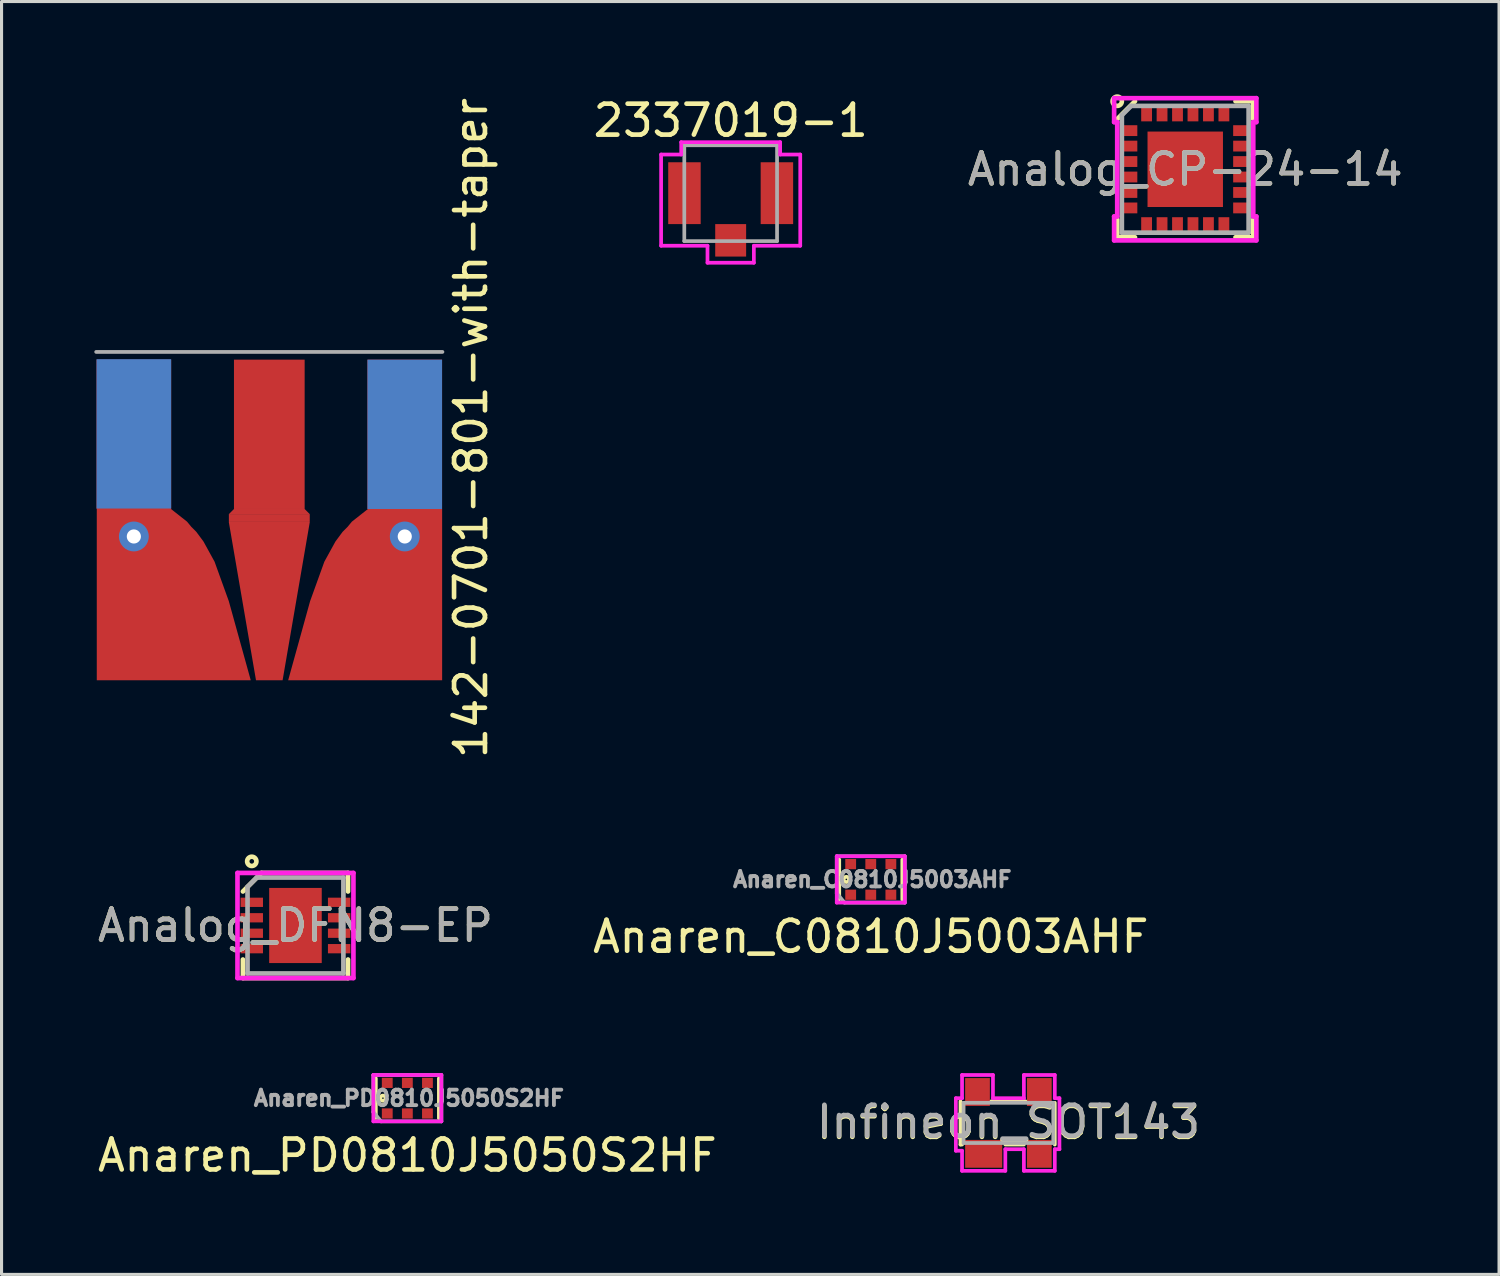
<source format=kicad_pcb>
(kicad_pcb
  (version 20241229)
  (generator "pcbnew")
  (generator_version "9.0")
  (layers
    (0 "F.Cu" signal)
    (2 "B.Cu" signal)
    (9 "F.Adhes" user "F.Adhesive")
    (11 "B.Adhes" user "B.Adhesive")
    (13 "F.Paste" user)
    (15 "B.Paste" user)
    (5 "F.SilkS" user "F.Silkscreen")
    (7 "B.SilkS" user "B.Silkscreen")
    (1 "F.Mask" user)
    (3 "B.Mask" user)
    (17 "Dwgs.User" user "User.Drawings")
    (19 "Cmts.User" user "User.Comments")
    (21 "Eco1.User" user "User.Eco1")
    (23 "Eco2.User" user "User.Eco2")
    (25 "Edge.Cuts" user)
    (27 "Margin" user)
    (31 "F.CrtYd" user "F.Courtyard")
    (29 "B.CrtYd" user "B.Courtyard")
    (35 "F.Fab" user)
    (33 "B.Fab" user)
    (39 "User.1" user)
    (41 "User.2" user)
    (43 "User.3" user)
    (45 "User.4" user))
  (footprint "2337019-1"
    (layer "F.Cu")
    (at 20.582 3.198)
    (property "Reference" "2337019-1" (at 0 -2.35 0) (layer "F.SilkS") (effects (font (size 1 1) (thickness 0.15))))
    (attr through_hole)
    (fp_line (start -2.25 -1.25) (end -1.6 -1.25) (stroke (width 0.12) (type solid)) (layer "F.CrtYd"))
    (fp_line (start -2.25 1.7) (end -2.25 -1.25) (stroke (width 0.12) (type solid)) (layer "F.CrtYd"))
    (fp_line (start -1.6 -1.65) (end 1.6 -1.65) (stroke (width 0.12) (type solid)) (layer "F.CrtYd"))
    (fp_line (start -1.6 -1.25) (end -1.6 -1.65) (stroke (width 0.12) (type solid)) (layer "F.CrtYd"))
    (fp_line (start -0.75 1.7) (end -2.25 1.7) (stroke (width 0.12) (type solid)) (layer "F.CrtYd"))
    (fp_line (start -0.75 2.25) (end -0.75 1.7) (stroke (width 0.12) (type solid)) (layer "F.CrtYd"))
    (fp_line (start 0.75 1.7) (end 0.75 2.25) (stroke (width 0.12) (type solid)) (layer "F.CrtYd"))
    (fp_line (start 0.75 2.25) (end -0.75 2.25) (stroke (width 0.12) (type solid)) (layer "F.CrtYd"))
    (fp_line (start 1.6 -1.65) (end 1.6 -1.25) (stroke (width 0.12) (type solid)) (layer "F.CrtYd"))
    (fp_line (start 1.6 -1.25) (end 2.25 -1.25) (stroke (width 0.12) (type solid)) (layer "F.CrtYd"))
    (fp_line (start 2.25 -1.25) (end 2.25 1.7) (stroke (width 0.12) (type solid)) (layer "F.CrtYd"))
    (fp_line (start 2.25 1.7) (end 0.75 1.7) (stroke (width 0.12) (type solid)) (layer "F.CrtYd"))
    (fp_line (start -1.5 -1.55) (end 1.5 -1.55) (stroke (width 0.12) (type solid)) (layer "F.Fab"))
    (fp_line (start -1.5 1.55) (end -1.5 -1.55) (stroke (width 0.12) (type solid)) (layer "F.Fab"))
    (fp_line (start 1.5 -1.55) (end 1.5 1.55) (stroke (width 0.12) (type solid)) (layer "F.Fab"))
    (fp_line (start 1.5 1.55) (end -1.5 1.55) (stroke (width 0.12) (type solid)) (layer "F.Fab"))
    (pad "1" smd rect (at 0 1.525) (size 1 1.05) (layers "F.Cu" "F.Mask" "F.Paste"))
    (pad "2" smd rect (at -1.495 0) (size 1.05 2) (layers "F.Cu" "F.Mask" "F.Paste"))
    (pad "2" smd rect (at 1.495 0) (size 1.05 2) (layers "F.Cu" "F.Mask" "F.Paste")))
  (footprint "142-0701-801-with-taper"
    (layer "F.Cu")
    (at 5.66 8.332)
    (property "Reference" "142-0701-801-with-taper" (at 6.52 2.46 90) (layer "F.SilkS") (effects (font (size 1 1) (thickness 0.15))))
    (attr through_hole)
    (fp_line (start -5.6 0) (end 5.6 0) (stroke (width 0.12) (type solid)) (layer "F.Fab"))
    (pad "1" smd custom (at -0.04 7.28) (size 0.965 0.965) (layers "F.Cu" "F.Mask" "F.Paste") (options (anchor rect)) (primitives (gr_poly (pts (xy -0.83 0.78) (xy -1.05 -0.5) (xy -1.16 -1.14) (xy -1.215 -1.46) (xy -1.27 -1.78) (xy 1.35 -1.78) (xy 0.47 3.34) (xy -0.39 3.34)) (width 0) (fill yes))))
    (pad "1" smd rect (at 0 2.665) (size 2.286 4.83) (layers "F.Cu" "F.Mask" "F.Paste"))
    (pad "1" smd trapezoid (at 0 5.163) (size 2.451 0.165) (rect_delta 0 0.165) (layers "F.Cu" "F.Mask" "F.Paste"))
    (pad "1" smd rect (at 0 5.372) (size 2.616 0.254) (layers "F.Cu" "F.Mask" "F.Paste"))
    (pad "2" smd rect (at -4.381 2.65) (size 2.413 4.83) (layers "B.Cu" "B.Mask" "B.Paste"))
    (pad "2" smd rect (at -4.381 2.665) (size 2.413 4.83) (layers "F.Cu" "F.Mask" "F.Paste"))
    (pad "2" thru_hole circle (at -4.381 5.969) (size 0.965 0.965) (drill 0.457) (layers "*.Cu" "*.Mask"))
    (pad "2" smd custom (at -3.04 9.83) (size 0.965 0.965) (layers "F.Cu") (options (anchor rect)) (primitives (gr_poly (pts (xy -0.14 -4.75) (xy 0.38 -4.34) (xy 0.52 -4.17) (xy 0.68 -4.01) (xy 0.91 -3.7) (xy 1.27 -3.045) (xy 1.73 -1.77) (xy 2.44 0.79) (xy -2.54 0.79) (xy -2.54 -4.75)) (width 0) (fill yes))))
    (pad "2" smd custom (at 3.91 8.81) (size 0.965 0.965) (layers "F.Cu") (options (anchor rect)) (primitives (gr_poly (pts (xy -0.72 -3.73) (xy -1.24 -3.32) (xy -1.38 -3.15) (xy -1.54 -2.99) (xy -1.77 -2.68) (xy -2.13 -2.025) (xy -2.59 -0.75) (xy -3.3 1.81) (xy 1.68 1.81) (xy 1.68 -3.73)) (width 0) (fill yes))))
    (pad "2" smd rect (at 4.381 2.665) (size 2.413 4.83) (layers "F.Cu" "F.Mask" "F.Paste"))
    (pad "2" smd rect (at 4.381 2.665) (size 2.413 4.83) (layers "B.Cu" "B.Mask" "B.Paste"))
    (pad "2" thru_hole circle (at 4.381 5.969) (size 0.965 0.965) (drill 0.457) (layers "*.Cu" "*.Mask")))
  (footprint "Anaren_C0810J5003AHF"
    (layer "F.Cu")
    (at 25.113 25.393)
    (property "Reference" "Anaren_C0810J5003AHF" (at 0 1.85 0) (layer "F.SilkS") (effects (font (size 1 1) (thickness 0.15))))
    (attr through_hole)
    (fp_line (start -1.02 -0.64) (end -1.02 0.64) (stroke (width 0.12) (type solid)) (layer "F.SilkS"))
    (fp_line (start 1.02 -0.64) (end 1.02 0.65) (stroke (width 0.12) (type solid)) (layer "F.SilkS"))
    (fp_circle (center -0.79 0) (end -0.82 0.08) (stroke (width 0.12) (type solid)) (fill no) (layer "F.SilkS"))
    (fp_line (start -1.1 -0.75) (end 1.1 -0.75) (stroke (width 0.12) (type solid)) (layer "F.CrtYd"))
    (fp_line (start -1.1 0.75) (end -1.1 -0.75) (stroke (width 0.12) (type solid)) (layer "F.CrtYd"))
    (fp_line (start 1.1 -0.75) (end 1.1 0.75) (stroke (width 0.12) (type solid)) (layer "F.CrtYd"))
    (fp_line (start 1.1 0.75) (end -1.1 0.75) (stroke (width 0.12) (type solid)) (layer "F.CrtYd"))
    (fp_line (start -1.1 -0.75) (end 1.1 -0.75) (stroke (width 0.12) (type solid)) (layer "F.Fab"))
    (fp_line (start -1.1 0.45) (end -1.1 -0.75) (stroke (width 0.12) (type solid)) (layer "F.Fab"))
    (fp_line (start -0.85 0.75) (end -1.1 0.45) (stroke (width 0.12) (type solid)) (layer "F.Fab"))
    (fp_line (start 1.1 -0.75) (end 1.1 0.75) (stroke (width 0.12) (type solid)) (layer "F.Fab"))
    (fp_line (start 1.1 0.75) (end -0.85 0.75) (stroke (width 0.12) (type solid)) (layer "F.Fab"))
    (fp_text user "${REFERENCE}" (at 0.05 0 0) (layer "F.Fab") (effects (font (size 0.5 0.5) (thickness 0.125))))
    (pad "1" smd rect (at -0.65 0.495) (size 0.35 0.33) (layers "F.Cu" "F.Mask" "F.Paste"))
    (pad "2" smd rect (at 0 0.495) (size 0.35 0.33) (layers "F.Cu" "F.Mask" "F.Paste"))
    (pad "3" smd rect (at 0.65 0.495) (size 0.35 0.33) (layers "F.Cu" "F.Mask" "F.Paste"))
    (pad "4" smd rect (at 0.65 -0.495) (size 0.35 0.33) (layers "F.Cu" "F.Mask" "F.Paste"))
    (pad "5" smd rect (at 0 -0.495) (size 0.35 0.33) (layers "F.Cu" "F.Mask" "F.Paste"))
    (pad "6" smd rect (at -0.65 -0.495) (size 0.35 0.33) (layers "F.Cu" "F.Mask" "F.Paste")))
  (footprint "Infineon_SOT143"
    (layer "F.Cu")
    (at 29.565 33.268)
    (property "Reference" "Infineon_SOT143" (at 0 -0.005 0) (layer "F.SilkS") (effects (font (size 1 1) (thickness 0.15))))
    (attr through_hole)
    (fp_line (start -1.55 -0.7) (end -1.55 0.7) (stroke (width 0.12) (type solid)) (layer "F.SilkS"))
    (fp_line (start -1.55 0.7) (end -1.5 0.7) (stroke (width 0.12) (type solid)) (layer "F.SilkS"))
    (fp_line (start -0.55 -0.7) (end 0.55 -0.7) (stroke (width 0.12) (type solid)) (layer "F.SilkS"))
    (fp_line (start -0.1 0.7) (end 0.5 0.7) (stroke (width 0.12) (type solid)) (layer "F.SilkS"))
    (fp_line (start 1.5 -0.65) (end 1.5 0.7) (stroke (width 0.12) (type solid)) (layer "F.SilkS"))
    (fp_line (start -1.7 -0.8) (end -1.5 -0.8) (stroke (width 0.12) (type solid)) (layer "F.CrtYd"))
    (fp_line (start -1.7 0.9) (end -1.7 -0.8) (stroke (width 0.12) (type solid)) (layer "F.CrtYd"))
    (fp_line (start -1.5 -1.55) (end -0.5 -1.55) (stroke (width 0.12) (type solid)) (layer "F.CrtYd"))
    (fp_line (start -1.5 -0.8) (end -1.5 -1.55) (stroke (width 0.12) (type solid)) (layer "F.CrtYd"))
    (fp_line (start -1.5 0.9) (end -1.7 0.9) (stroke (width 0.12) (type solid)) (layer "F.CrtYd"))
    (fp_line (start -1.5 1.55) (end -1.5 0.9) (stroke (width 0.12) (type solid)) (layer "F.CrtYd"))
    (fp_line (start -0.5 -1.55) (end -0.5 -0.8) (stroke (width 0.12) (type solid)) (layer "F.CrtYd"))
    (fp_line (start -0.5 -0.8) (end 0.5 -0.8) (stroke (width 0.12) (type solid)) (layer "F.CrtYd"))
    (fp_line (start -0.1 0.85) (end -0.1 1.55) (stroke (width 0.12) (type solid)) (layer "F.CrtYd"))
    (fp_line (start -0.1 1.55) (end -1.5 1.55) (stroke (width 0.12) (type solid)) (layer "F.CrtYd"))
    (fp_line (start 0.5 -1.55) (end 1.5 -1.55) (stroke (width 0.12) (type solid)) (layer "F.CrtYd"))
    (fp_line (start 0.5 -0.8) (end 0.5 -1.55) (stroke (width 0.12) (type solid)) (layer "F.CrtYd"))
    (fp_line (start 0.5 0.85) (end -0.1 0.85) (stroke (width 0.12) (type solid)) (layer "F.CrtYd"))
    (fp_line (start 0.5 1.55) (end 0.5 0.85) (stroke (width 0.12) (type solid)) (layer "F.CrtYd"))
    (fp_line (start 1.5 -1.55) (end 1.5 -0.8) (stroke (width 0.12) (type solid)) (layer "F.CrtYd"))
    (fp_line (start 1.5 -0.8) (end 1.65 -0.8) (stroke (width 0.12) (type solid)) (layer "F.CrtYd"))
    (fp_line (start 1.5 0.85) (end 1.5 1.55) (stroke (width 0.12) (type solid)) (layer "F.CrtYd"))
    (fp_line (start 1.5 1.55) (end 0.5 1.55) (stroke (width 0.12) (type solid)) (layer "F.CrtYd"))
    (fp_line (start 1.65 -0.8) (end 1.65 0.85) (stroke (width 0.12) (type solid)) (layer "F.CrtYd"))
    (fp_line (start 1.65 0.85) (end 1.5 0.85) (stroke (width 0.12) (type solid)) (layer "F.CrtYd"))
    (fp_line (start -1.45 -0.65) (end -1.45 0.65) (stroke (width 0.12) (type solid)) (layer "F.Fab"))
    (fp_line (start -1.45 0.65) (end 1.45 0.65) (stroke (width 0.12) (type solid)) (layer "F.Fab"))
    (fp_line (start 1.45 -0.65) (end -1.45 -0.65) (stroke (width 0.12) (type solid)) (layer "F.Fab"))
    (fp_line (start 1.45 0.65) (end 1.45 -0.65) (stroke (width 0.12) (type solid)) (layer "F.Fab"))
    (fp_text user "${REFERENCE}" (at 0 -0.041 0) (layer "F.Fab") (effects (font (size 1 1) (thickness 0.15))))
    (pad "1" smd rect (at -0.8 1) (size 1.2 0.9) (layers "F.Cu" "F.Mask" "F.Paste"))
    (pad "2" smd rect (at -1 -1) (size 0.8 0.9) (layers "F.Cu" "F.Mask" "F.Paste"))
    (pad "2" smd rect (at 1 1) (size 0.8 0.9) (layers "F.Cu" "F.Mask" "F.Paste"))
    (pad "3" smd rect (at 1 -1) (size 0.8 0.9) (layers "F.Cu" "F.Mask" "F.Paste")))
  (footprint "Analog_CP-24-14"
    (layer "F.Cu")
    (at 35.284 2.425)
    (property "Reference" "Analog_CP-24-14" (at 0 0 0) (layer "F.SilkS") (effects (font (size 1 1) (thickness 0.15))))
    (property "Value" "${VALUE}" (at 0 -0.5 0) (layer "F.Fab") (hide yes) (effects (font (size 1 1) (thickness 0.15))))
    (attr through_hole)
    (fp_line (start -2.2 -1.625) (end -1.625 -2.2) (stroke (width 0.15) (type solid)) (layer "F.SilkS"))
    (fp_line (start -2.2 2.2) (end -2.2 1.625) (stroke (width 0.15) (type solid)) (layer "F.SilkS"))
    (fp_line (start -1.625 2.2) (end -2.2 2.2) (stroke (width 0.15) (type solid)) (layer "F.SilkS"))
    (fp_line (start 1.625 2.2) (end 2.2 2.2) (stroke (width 0.15) (type solid)) (layer "F.SilkS"))
    (fp_line (start 2.2 -2.2) (end 1.625 -2.2) (stroke (width 0.15) (type solid)) (layer "F.SilkS"))
    (fp_line (start 2.2 -1.625) (end 2.2 -2.2) (stroke (width 0.15) (type solid)) (layer "F.SilkS"))
    (fp_line (start 2.2 2.2) (end 2.2 1.625) (stroke (width 0.15) (type solid)) (layer "F.SilkS"))
    (fp_circle (center -2.2 -2.2) (end -2.2 -2.35) (stroke (width 0.15) (type solid)) (fill no) (layer "F.SilkS"))
    (fp_line (start -2.3 -2.3) (end 2.3 -2.3) (stroke (width 0.15) (type solid)) (layer "F.CrtYd"))
    (fp_line (start -2.3 -1.525) (end -2.3 -2.3) (stroke (width 0.15) (type solid)) (layer "F.CrtYd"))
    (fp_line (start -2.3 1.525) (end -2.2 1.525) (stroke (width 0.15) (type solid)) (layer "F.CrtYd"))
    (fp_line (start -2.3 2.3) (end -2.3 1.525) (stroke (width 0.15) (type solid)) (layer "F.CrtYd"))
    (fp_line (start -2.2 -1.525) (end -2.3 -1.525) (stroke (width 0.15) (type solid)) (layer "F.CrtYd"))
    (fp_line (start -2.2 1.525) (end -2.2 -1.525) (stroke (width 0.15) (type solid)) (layer "F.CrtYd"))
    (fp_line (start 2.2 -1.525) (end 2.2 1.525) (stroke (width 0.15) (type solid)) (layer "F.CrtYd"))
    (fp_line (start 2.2 1.525) (end 2.3 1.525) (stroke (width 0.15) (type solid)) (layer "F.CrtYd"))
    (fp_line (start 2.3 -2.3) (end 2.3 -1.525) (stroke (width 0.15) (type solid)) (layer "F.CrtYd"))
    (fp_line (start 2.3 -1.525) (end 2.2 -1.525) (stroke (width 0.15) (type solid)) (layer "F.CrtYd"))
    (fp_line (start 2.3 1.525) (end 2.3 2.3) (stroke (width 0.15) (type solid)) (layer "F.CrtYd"))
    (fp_line (start 2.3 2.3) (end -2.3 2.3) (stroke (width 0.15) (type solid)) (layer "F.CrtYd"))
    (fp_line (start -2.05 -1.75) (end -2.05 2.05) (stroke (width 0.15) (type solid)) (layer "F.Fab"))
    (fp_line (start -2.05 2.05) (end 2.05 2.05) (stroke (width 0.15) (type solid)) (layer "F.Fab"))
    (fp_line (start -1.75 -2.05) (end -2.05 -1.75) (stroke (width 0.15) (type solid)) (layer "F.Fab"))
    (fp_line (start 2.05 -2.05) (end -1.75 -2.05) (stroke (width 0.15) (type solid)) (layer "F.Fab"))
    (fp_line (start 2.05 2.05) (end 2.05 -2.05) (stroke (width 0.15) (type solid)) (layer "F.Fab"))
    (fp_text user "${REFERENCE}" (at 0 0 0) (layer "F.Fab") (effects (font (size 1 1) (thickness 0.15))))
    (pad "0" smd rect (at 0 0) (size 2.44 2.44) (layers "F.Cu" "F.Mask" "F.Paste"))
    (pad "1" smd rect (at -1.8 -1.25) (size 0.5 0.35) (layers "F.Cu" "F.Mask" "F.Paste"))
    (pad "2" smd rect (at -1.8 -0.75) (size 0.5 0.35) (layers "F.Cu" "F.Mask" "F.Paste"))
    (pad "3" smd rect (at -1.8 -0.25) (size 0.5 0.35) (layers "F.Cu" "F.Mask" "F.Paste"))
    (pad "4" smd rect (at -1.8 0.25) (size 0.5 0.35) (layers "F.Cu" "F.Mask" "F.Paste"))
    (pad "5" smd rect (at -1.8 0.75) (size 0.5 0.35) (layers "F.Cu" "F.Mask" "F.Paste"))
    (pad "6" smd rect (at -1.8 1.25) (size 0.5 0.35) (layers "F.Cu" "F.Mask" "F.Paste"))
    (pad "7" smd rect (at -1.25 1.8) (size 0.35 0.5) (layers "F.Cu" "F.Mask" "F.Paste"))
    (pad "8" smd rect (at -0.75 1.8) (size 0.35 0.5) (layers "F.Cu" "F.Mask" "F.Paste"))
    (pad "9" smd rect (at -0.25 1.8) (size 0.35 0.5) (layers "F.Cu" "F.Mask" "F.Paste"))
    (pad "10" smd rect (at 0.25 1.8) (size 0.35 0.5) (layers "F.Cu" "F.Mask" "F.Paste"))
    (pad "11" smd rect (at 0.75 1.8) (size 0.35 0.5) (layers "F.Cu" "F.Mask" "F.Paste"))
    (pad "12" smd rect (at 1.25 1.8) (size 0.35 0.5) (layers "F.Cu" "F.Mask" "F.Paste"))
    (pad "13" smd rect (at 1.8 1.25) (size 0.5 0.35) (layers "F.Cu" "F.Mask" "F.Paste"))
    (pad "14" smd rect (at 1.8 0.75) (size 0.5 0.35) (layers "F.Cu" "F.Mask" "F.Paste"))
    (pad "15" smd rect (at 1.8 0.25) (size 0.5 0.35) (layers "F.Cu" "F.Mask" "F.Paste"))
    (pad "16" smd rect (at 1.8 -0.25) (size 0.5 0.35) (layers "F.Cu" "F.Mask" "F.Paste"))
    (pad "17" smd rect (at 1.8 -0.75) (size 0.5 0.35) (layers "F.Cu" "F.Mask" "F.Paste"))
    (pad "18" smd rect (at 1.8 -1.25) (size 0.5 0.35) (layers "F.Cu" "F.Mask" "F.Paste"))
    (pad "19" smd rect (at 1.25 -1.8) (size 0.35 0.5) (layers "F.Cu" "F.Mask" "F.Paste"))
    (pad "20" smd rect (at 0.75 -1.8) (size 0.35 0.5) (layers "F.Cu" "F.Mask" "F.Paste"))
    (pad "21" smd rect (at 0.25 -1.8) (size 0.35 0.5) (layers "F.Cu" "F.Mask" "F.Paste"))
    (pad "22" smd rect (at -0.25 -1.8) (size 0.35 0.5) (layers "F.Cu" "F.Mask" "F.Paste"))
    (pad "23" smd rect (at -0.75 -1.8) (size 0.35 0.5) (layers "F.Cu" "F.Mask" "F.Paste"))
    (pad "24" smd rect (at -1.25 -1.8) (size 0.35 0.5) (layers "F.Cu" "F.Mask" "F.Paste")))
  (footprint "Analog_DFN8-EP"
    (layer "F.Cu")
    (at 6.506 26.883)
    (property "Reference" "Analog_DFN8-EP" (at 0 0 0) (layer "F.SilkS") (effects (font (size 1 1) (thickness 0.15))))
    (property "Value" "${VALUE}" (at 0 -0.5 0) (layer "F.Fab") (hide yes) (effects (font (size 1 1) (thickness 0.15))))
    (attr through_hole)
    (fp_line (start -1.7 -1.1) (end -1.1 -1.7) (stroke (width 0.15) (type solid)) (layer "F.SilkS"))
    (fp_line (start -1.7 1.7) (end -1.7 1.1) (stroke (width 0.15) (type solid)) (layer "F.SilkS"))
    (fp_line (start -1.1 -1.7) (end 1.7 -1.7) (stroke (width 0.15) (type solid)) (layer "F.SilkS"))
    (fp_line (start 1.7 -1.7) (end 1.7 -1.1) (stroke (width 0.15) (type solid)) (layer "F.SilkS"))
    (fp_line (start 1.7 1.1) (end 1.7 1.7) (stroke (width 0.15) (type solid)) (layer "F.SilkS"))
    (fp_line (start 1.7 1.7) (end -1.7 1.7) (stroke (width 0.15) (type solid)) (layer "F.SilkS"))
    (fp_circle (center -1.413 -2.075) (end -1.413 -1.925) (stroke (width 0.15) (type solid)) (fill no) (layer "F.SilkS"))
    (fp_line (start -1.875 -1.7) (end -1.875 1.7) (stroke (width 0.15) (type solid)) (layer "F.CrtYd"))
    (fp_line (start -1.875 1.7) (end 1.875 1.7) (stroke (width 0.15) (type solid)) (layer "F.CrtYd"))
    (fp_line (start 1.875 -1.7) (end -1.875 -1.7) (stroke (width 0.15) (type solid)) (layer "F.CrtYd"))
    (fp_line (start 1.875 1.7) (end 1.875 -1.7) (stroke (width 0.15) (type solid)) (layer "F.CrtYd"))
    (fp_line (start -1.55 -1.25) (end -1.55 1.55) (stroke (width 0.15) (type solid)) (layer "F.Fab"))
    (fp_line (start -1.55 1.55) (end 1.55 1.55) (stroke (width 0.15) (type solid)) (layer "F.Fab"))
    (fp_line (start -1.25 -1.55) (end -1.55 -1.25) (stroke (width 0.15) (type solid)) (layer "F.Fab"))
    (fp_line (start 1.55 -1.55) (end -1.25 -1.55) (stroke (width 0.15) (type solid)) (layer "F.Fab"))
    (fp_line (start 1.55 1.55) (end 1.55 -1.55) (stroke (width 0.15) (type solid)) (layer "F.Fab"))
    (fp_text user "${REFERENCE}" (at 0 0 0) (layer "F.Fab") (effects (font (size 1 1) (thickness 0.15))))
    (pad "0" smd rect (at 0 0) (size 1.7 2.43) (layers "F.Cu" "F.Mask" "F.Paste"))
    (pad "1" smd rect (at -1.413 -0.75) (size 0.725 0.3) (layers "F.Cu" "F.Mask" "F.Paste"))
    (pad "2" smd rect (at -1.413 -0.25) (size 0.725 0.3) (layers "F.Cu" "F.Mask" "F.Paste"))
    (pad "3" smd rect (at -1.413 0.25) (size 0.725 0.3) (layers "F.Cu" "F.Mask" "F.Paste"))
    (pad "4" smd rect (at -1.413 0.75) (size 0.725 0.3) (layers "F.Cu" "F.Mask" "F.Paste"))
    (pad "5" smd rect (at 1.413 0.75) (size 0.725 0.3) (layers "F.Cu" "F.Mask" "F.Paste"))
    (pad "6" smd rect (at 1.413 0.25) (size 0.725 0.3) (layers "F.Cu" "F.Mask" "F.Paste"))
    (pad "7" smd rect (at 1.413 -0.25) (size 0.725 0.3) (layers "F.Cu" "F.Mask" "F.Paste"))
    (pad "8" smd rect (at 1.413 -0.75) (size 0.725 0.3) (layers "F.Cu" "F.Mask" "F.Paste")))
  (footprint "Anaren_PD0810J5050S2HF"
    (layer "F.Cu")
    (at 10.125 32.468)
    (property "Reference" "Anaren_PD0810J5050S2HF" (at 0 1.85 0) (layer "F.SilkS") (effects (font (size 1 1) (thickness 0.15))))
    (attr through_hole)
    (fp_line (start -1.02 -0.64) (end -1.02 0.64) (stroke (width 0.12) (type solid)) (layer "F.SilkS"))
    (fp_line (start 1.02 -0.64) (end 1.02 0.65) (stroke (width 0.12) (type solid)) (layer "F.SilkS"))
    (fp_circle (center -0.79 0) (end -0.82 0.08) (stroke (width 0.12) (type solid)) (fill no) (layer "F.SilkS"))
    (fp_line (start -1.1 -0.75) (end 1.1 -0.75) (stroke (width 0.12) (type solid)) (layer "F.CrtYd"))
    (fp_line (start -1.1 0.75) (end -1.1 -0.75) (stroke (width 0.12) (type solid)) (layer "F.CrtYd"))
    (fp_line (start 1.1 -0.75) (end 1.1 0.75) (stroke (width 0.12) (type solid)) (layer "F.CrtYd"))
    (fp_line (start 1.1 0.75) (end -1.1 0.75) (stroke (width 0.12) (type solid)) (layer "F.CrtYd"))
    (fp_line (start -1.1 -0.75) (end 1.1 -0.75) (stroke (width 0.12) (type solid)) (layer "F.Fab"))
    (fp_line (start -1.1 0.45) (end -1.1 -0.75) (stroke (width 0.12) (type solid)) (layer "F.Fab"))
    (fp_line (start -0.85 0.75) (end -1.1 0.45) (stroke (width 0.12) (type solid)) (layer "F.Fab"))
    (fp_line (start 1.1 -0.75) (end 1.1 0.75) (stroke (width 0.12) (type solid)) (layer "F.Fab"))
    (fp_line (start 1.1 0.75) (end -0.85 0.75) (stroke (width 0.12) (type solid)) (layer "F.Fab"))
    (fp_text user "${REFERENCE}" (at 0.05 0 0) (layer "F.Fab") (effects (font (size 0.5 0.5) (thickness 0.125))))
    (pad "1" smd rect (at -0.65 0.495) (size 0.35 0.33) (layers "F.Cu" "F.Mask" "F.Paste"))
    (pad "2" smd rect (at 0 0.495) (size 0.35 0.33) (layers "F.Cu" "F.Mask" "F.Paste"))
    (pad "3" smd rect (at 0.65 0.495) (size 0.35 0.33) (layers "F.Cu" "F.Mask" "F.Paste"))
    (pad "4" smd rect (at 0.65 -0.495) (size 0.35 0.33) (layers "F.Cu" "F.Mask" "F.Paste"))
    (pad "5" smd rect (at 0 -0.495) (size 0.35 0.33) (layers "F.Cu" "F.Mask" "F.Paste"))
    (pad "6" smd rect (at -0.65 -0.495) (size 0.35 0.33) (layers "F.Cu" "F.Mask" "F.Paste")))
  (gr_rect
    (start -3 -3)
    (end 45.433 38.167)
    (stroke (width 0.1) (type default))
    (fill no)
    (layer "Edge.Cuts")))
</source>
